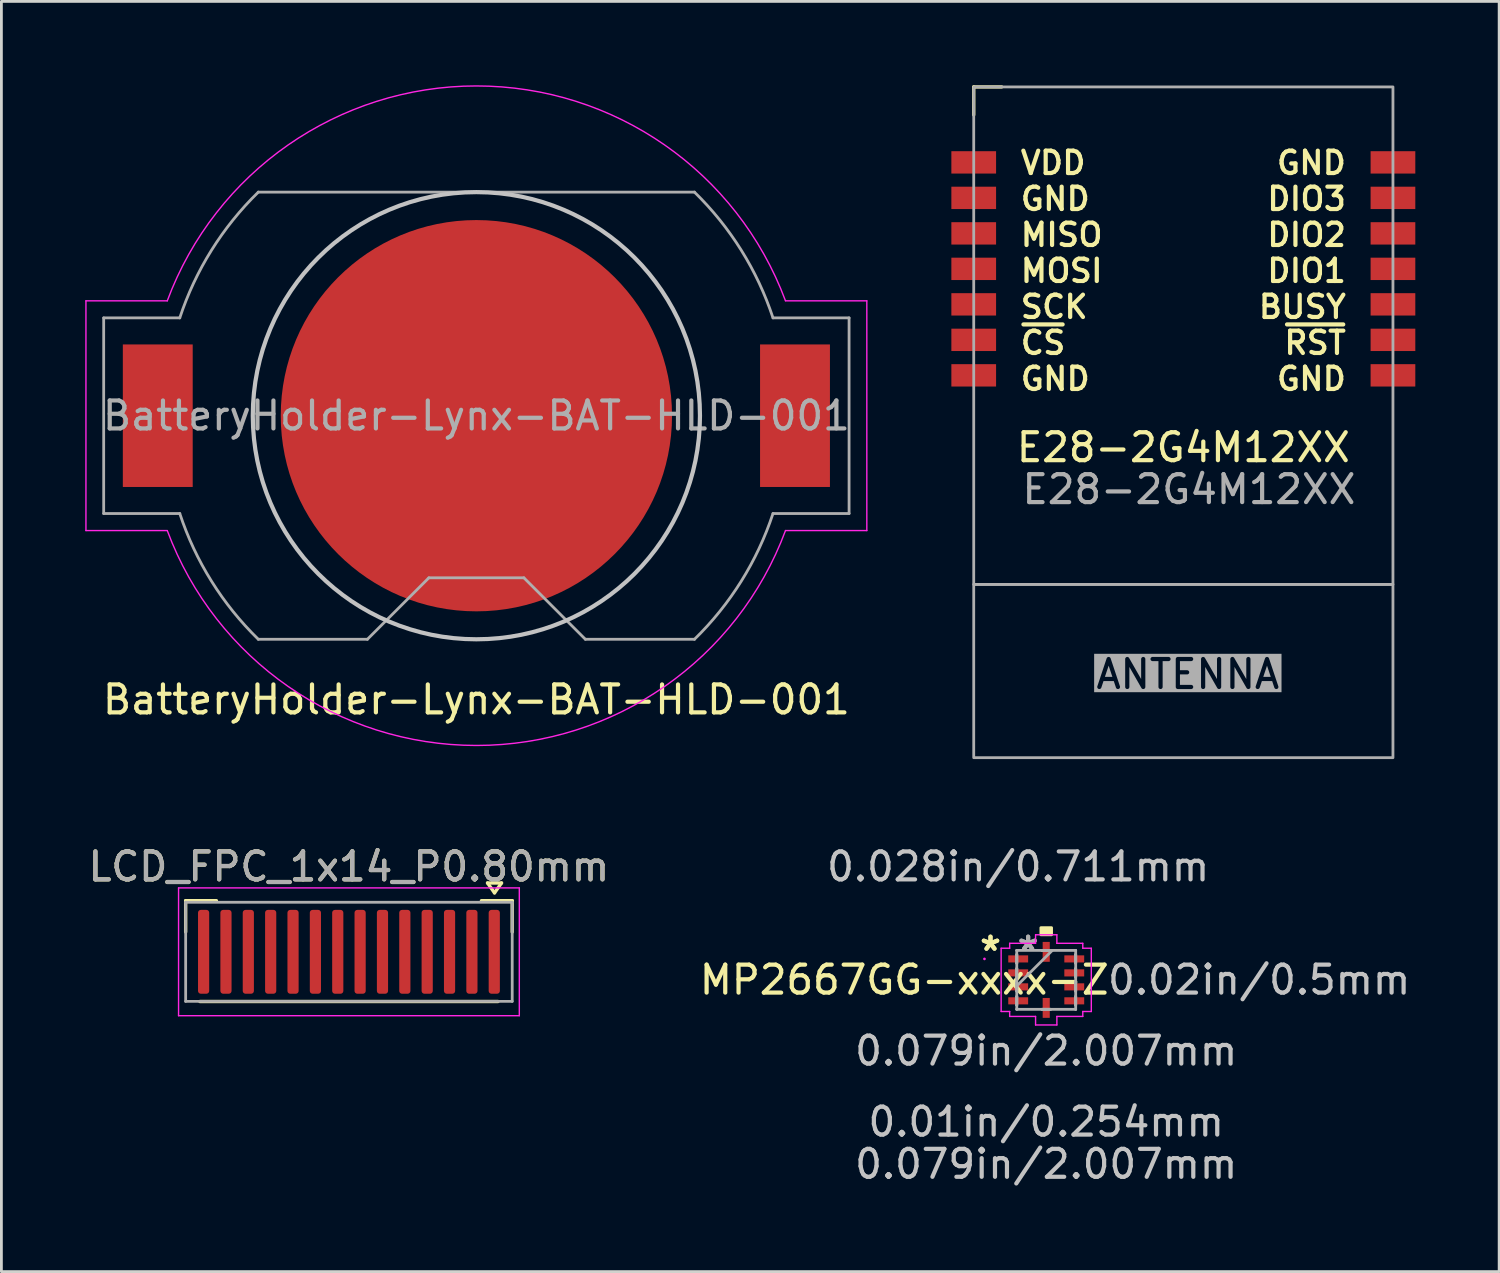
<source format=kicad_pcb>
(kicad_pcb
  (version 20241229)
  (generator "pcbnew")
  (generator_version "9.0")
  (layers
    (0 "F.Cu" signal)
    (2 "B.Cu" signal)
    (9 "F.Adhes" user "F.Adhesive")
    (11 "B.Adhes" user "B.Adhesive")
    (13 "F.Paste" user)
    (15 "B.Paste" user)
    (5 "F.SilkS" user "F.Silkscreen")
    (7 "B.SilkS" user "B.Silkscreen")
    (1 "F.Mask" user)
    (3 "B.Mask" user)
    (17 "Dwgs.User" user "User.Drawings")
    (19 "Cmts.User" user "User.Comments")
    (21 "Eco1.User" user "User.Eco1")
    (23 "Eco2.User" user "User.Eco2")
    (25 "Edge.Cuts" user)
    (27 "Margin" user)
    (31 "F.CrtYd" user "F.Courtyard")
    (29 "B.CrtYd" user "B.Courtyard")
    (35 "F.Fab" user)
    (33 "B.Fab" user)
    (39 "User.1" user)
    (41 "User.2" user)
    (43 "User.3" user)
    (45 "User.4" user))
  (footprint "LCD_FPC_1x14_P0.80mm"
    (layer "F.Cu")
    (at 9.435 30.498)
    (property "Reference" "LCD_FPC_1x14_P0.80mm" (at 0 -2.54 0) (layer "F.SilkS") (effects (font (size 1 1) (thickness 0.15))))
    (attr smd)
    (fp_line (start -5.842 -1.322) (end -4.742 -1.322) (stroke (width 0.12) (type solid)) (layer "F.SilkS"))
    (fp_line (start -5.842 -0.202) (end -5.842 -1.322) (stroke (width 0.12) (type solid)) (layer "F.SilkS"))
    (fp_line (start -5.334 2.286) (end 5.334 2.286) (stroke (width 0.12) (type solid)) (layer "F.SilkS"))
    (fp_line (start 4.959 -1.955) (end 5.209 -1.601) (stroke (width 0.12) (type solid)) (layer "F.SilkS"))
    (fp_line (start 5.209 -1.601) (end 5.459 -1.955) (stroke (width 0.12) (type solid)) (layer "F.SilkS"))
    (fp_line (start 5.459 -1.955) (end 4.959 -1.955) (stroke (width 0.12) (type solid)) (layer "F.SilkS"))
    (fp_line (start 5.842 -1.322) (end 4.742 -1.322) (stroke (width 0.12) (type solid)) (layer "F.SilkS"))
    (fp_line (start 5.842 -0.202) (end 5.842 -1.322) (stroke (width 0.12) (type solid)) (layer "F.SilkS"))
    (fp_line (start -6.096 -1.778) (end -6.096 2.794) (stroke (width 0.05) (type solid)) (layer "F.CrtYd"))
    (fp_line (start -6.096 2.794) (end 6.096 2.794) (stroke (width 0.05) (type solid)) (layer "F.CrtYd"))
    (fp_line (start 6.096 -1.778) (end -6.096 -1.778) (stroke (width 0.05) (type solid)) (layer "F.CrtYd"))
    (fp_line (start 6.096 2.794) (end 6.096 -1.778) (stroke (width 0.05) (type solid)) (layer "F.CrtYd"))
    (fp_line (start -5.842 -1.265) (end -5.842 2.281) (stroke (width 0.1) (type solid)) (layer "F.Fab"))
    (fp_line (start -5.842 -1.265) (end 5.842 -1.265) (stroke (width 0.1) (type solid)) (layer "F.Fab"))
    (fp_line (start -5.842 2.281) (end 5.842 2.281) (stroke (width 0.1) (type solid)) (layer "F.Fab"))
    (fp_line (start 5.842 -1.265) (end 5.842 2.281) (stroke (width 0.1) (type solid)) (layer "F.Fab"))
    (fp_text user "${REFERENCE}" (at 0 -2.54 0) (layer "F.Fab") (effects (font (size 1 1) (thickness 0.15))))
    (pad "1" smd roundrect (at 5.2 0.508) (size 0.4 3) (layers "F.Cu" "F.Mask" "F.Paste") (roundrect_rratio 0.25))
    (pad "2" smd roundrect (at 4.4 0.508) (size 0.4 3) (layers "F.Cu" "F.Mask" "F.Paste") (roundrect_rratio 0.25))
    (pad "3" smd roundrect (at 3.6 0.508) (size 0.4 3) (layers "F.Cu" "F.Mask" "F.Paste") (roundrect_rratio 0.25))
    (pad "4" smd roundrect (at 2.8 0.508) (size 0.4 3) (layers "F.Cu" "F.Mask" "F.Paste") (roundrect_rratio 0.25))
    (pad "5" smd roundrect (at 2 0.508) (size 0.4 3) (layers "F.Cu" "F.Mask" "F.Paste") (roundrect_rratio 0.25))
    (pad "6" smd roundrect (at 1.2 0.508) (size 0.4 3) (layers "F.Cu" "F.Mask" "F.Paste") (roundrect_rratio 0.25))
    (pad "7" smd roundrect (at 0.4 0.508) (size 0.4 3) (layers "F.Cu" "F.Mask" "F.Paste") (roundrect_rratio 0.25))
    (pad "8" smd roundrect (at -0.4 0.508) (size 0.4 3) (layers "F.Cu" "F.Mask" "F.Paste") (roundrect_rratio 0.25))
    (pad "9" smd roundrect (at -1.2 0.508) (size 0.4 3) (layers "F.Cu" "F.Mask" "F.Paste") (roundrect_rratio 0.25))
    (pad "10" smd roundrect (at -2 0.508) (size 0.4 3) (layers "F.Cu" "F.Mask" "F.Paste") (roundrect_rratio 0.25))
    (pad "11" smd roundrect (at -2.8 0.508) (size 0.4 3) (layers "F.Cu" "F.Mask" "F.Paste") (roundrect_rratio 0.25))
    (pad "12" smd roundrect (at -3.6 0.508) (size 0.4 3) (layers "F.Cu" "F.Mask" "F.Paste") (roundrect_rratio 0.25))
    (pad "13" smd roundrect (at -4.4 0.508) (size 0.4 3) (layers "F.Cu" "F.Mask" "F.Paste") (roundrect_rratio 0.25))
    (pad "14" smd roundrect (at -5.2 0.508) (size 0.4 3) (layers "F.Cu" "F.Mask" "F.Paste") (roundrect_rratio 0.25)))
  (footprint "E28-2G4M12XX"
    (layer "F.Cu")
    (at 39.29 8.96)
    (property "Reference" "E28-2G4M12XX" (at 0 4 0) (unlocked yes) (layer "F.SilkS") (effects (font (size 1 1) (thickness 0.15))))
    (attr smd)
    (fp_line (start -7.5 -8.9) (end -7.5 -7.9) (stroke (width 0.12) (type default)) (layer "F.SilkS"))
    (fp_line (start -7.5 -8.9) (end -6.5 -8.9) (stroke (width 0.12) (type default)) (layer "F.SilkS"))
    (fp_rect (start -7.5 -8.9) (end 7.5 8.9) (stroke (width 0.1) (type default)) (fill no) (layer "F.Fab"))
    (fp_rect (start -7.5 8.9) (end 7.5 15.1) (stroke (width 0.1) (type default)) (fill no) (layer "F.Fab"))
    (fp_text user "ANTENNA" (at -3.2 12.7 0) (unlocked yes) (layer "F.Fab" knockout) (effects (font (size 1 1) (thickness 0.15)) (justify left bottom)))
    (fp_text user "${REFERENCE}" (at 0.2 5.5 0) (unlocked yes) (layer "F.Fab") (effects (font (size 1 1) (thickness 0.15))))
    (fp_text_box "VDD\nGND\nMISO\nMOSI\nSCK\n~{CS}\nGND" (start -6.5 -7.25) (end -2.2 2.65) (margins 0.6 0.6 0.6 0.6) (layer "F.SilkS") (effects (font (size 0.8 0.8) (thickness 0.15)) (justify left top)) (border no) (stroke (width -0.000001) (type solid)))
    (fp_text_box "GND\nDIO3\nDIO2\nDIO1\nBUSY\n~{RST}\nGND" (start 2.1 -7.25) (end 6.5 2.65) (margins 0.6 0.6 0.6 0.6) (layer "F.SilkS") (effects (font (size 0.8 0.8) (thickness 0.15)) (justify right top)) (border no) (stroke (width -0.000001) (type solid)))
    (pad "1" smd rect (at -7.5 -6.2) (size 1.6 0.8) (layers "F.Cu" "F.Mask" "F.Paste"))
    (pad "2" smd rect (at -7.5 -4.93) (size 1.6 0.8) (layers "F.Cu" "F.Mask" "F.Paste"))
    (pad "3" smd rect (at -7.5 -3.66) (size 1.6 0.8) (layers "F.Cu" "F.Mask" "F.Paste"))
    (pad "4" smd rect (at -7.5 -2.39) (size 1.6 0.8) (layers "F.Cu" "F.Mask" "F.Paste"))
    (pad "5" smd rect (at -7.5 -1.12) (size 1.6 0.8) (layers "F.Cu" "F.Mask" "F.Paste"))
    (pad "6" smd rect (at -7.5 0.15) (size 1.6 0.8) (layers "F.Cu" "F.Mask" "F.Paste"))
    (pad "7" smd rect (at -7.5 1.42) (size 1.6 0.8) (layers "F.Cu" "F.Mask" "F.Paste"))
    (pad "8" smd rect (at 7.5 1.42 180) (size 1.6 0.8) (layers "F.Cu" "F.Mask" "F.Paste"))
    (pad "9" smd rect (at 7.5 0.15 180) (size 1.6 0.8) (layers "F.Cu" "F.Mask" "F.Paste"))
    (pad "10" smd rect (at 7.5 -1.12 180) (size 1.6 0.8) (layers "F.Cu" "F.Mask" "F.Paste"))
    (pad "11" smd rect (at 7.5 -2.39 180) (size 1.6 0.8) (layers "F.Cu" "F.Mask" "F.Paste"))
    (pad "12" smd rect (at 7.5 -3.66 180) (size 1.6 0.8) (layers "F.Cu" "F.Mask" "F.Paste"))
    (pad "13" smd rect (at 7.5 -4.93 180) (size 1.6 0.8) (layers "F.Cu" "F.Mask" "F.Paste"))
    (pad "14" smd rect (at 7.5 -6.2 180) (size 1.6 0.8) (layers "F.Cu" "F.Mask" "F.Paste"))
    (zone (net_name "") (layers "F.Cu" "B.Cu" "F.Fab") (name "ANTENNA") (hatch edge 0.5) (connect_pads) (min_thickness 0.25) (filled_areas_thickness no) (keepout (tracks not_allowed) (vias not_allowed) (pads not_allowed) (copperpour not_allowed) (footprints not_allowed)) (placement (enabled no)) (fill) (polygon (pts (xy 31.79 17.86) (xy 46.79 17.86) (xy 46.79 24.06) (xy 31.79 24.06)))))
  (footprint "BatteryHolder-Lynx-BAT-HLD-001"
    (layer "F.Cu")
    (at 13.995 11.824)
    (property "Reference" "BatteryHolder-Lynx-BAT-HLD-001" (at 0 10.16 0) (layer "F.SilkS") (effects (font (size 1 1) (thickness 0.15))))
    (attr smd)
    (fp_circle (center 0 0) (end 8 0) (stroke (width 0.15) (type solid)) (fill no) (layer "Dwgs.User"))
    (fp_line (start -13.97 -4.11) (end -13.97 4.11) (stroke (width 0.05) (type solid)) (layer "F.CrtYd"))
    (fp_line (start -13.97 -4.11) (end -11.06 -4.11) (stroke (width 0.05) (type solid)) (layer "F.CrtYd"))
    (fp_line (start -13.97 4.11) (end -11.06 4.11) (stroke (width 0.05) (type solid)) (layer "F.CrtYd"))
    (fp_line (start 11.06 4.11) (end 13.97 4.11) (stroke (width 0.05) (type solid)) (layer "F.CrtYd"))
    (fp_line (start 13.97 -4.11) (end 11.06 -4.11) (stroke (width 0.05) (type solid)) (layer "F.CrtYd"))
    (fp_line (start 13.97 4.11) (end 13.97 -4.11) (stroke (width 0.05) (type solid)) (layer "F.CrtYd"))
    (fp_arc (start -11.06 -4.11) (mid -0.002978 -11.79897) (end 11.057924 -4.115582) (stroke (width 0.05) (type solid)) (layer "F.CrtYd"))
    (fp_arc (start 11.06 4.11) (mid 0.002978 11.79897) (end -11.057924 4.115582) (stroke (width 0.05) (type solid)) (layer "F.CrtYd"))
    (fp_line (start -13.335 -3.5) (end -13.335 3.5) (stroke (width 0.1) (type solid)) (layer "F.Fab"))
    (fp_line (start -13.335 -3.5) (end -10.613 -3.5) (stroke (width 0.1) (type solid)) (layer "F.Fab"))
    (fp_line (start -13.335 3.5) (end -10.613 3.5) (stroke (width 0.1) (type solid)) (layer "F.Fab"))
    (fp_line (start -7.803 -8) (end 7.803 -8) (stroke (width 0.1) (type solid)) (layer "F.Fab"))
    (fp_line (start -3.9 8) (end -7.803 8) (stroke (width 0.1) (type solid)) (layer "F.Fab"))
    (fp_line (start -1.7 5.8) (end -3.9 8) (stroke (width 0.1) (type solid)) (layer "F.Fab"))
    (fp_line (start -1.7 5.8) (end 1.7 5.8) (stroke (width 0.1) (type solid)) (layer "F.Fab"))
    (fp_line (start 1.7 5.8) (end 3.9 8) (stroke (width 0.1) (type solid)) (layer "F.Fab"))
    (fp_line (start 3.9 8) (end 7.803 8) (stroke (width 0.1) (type solid)) (layer "F.Fab"))
    (fp_line (start 10.613 -3.5) (end 13.335 -3.5) (stroke (width 0.1) (type solid)) (layer "F.Fab"))
    (fp_line (start 13.335 -3.5) (end 13.335 3.5) (stroke (width 0.1) (type solid)) (layer "F.Fab"))
    (fp_line (start 13.335 3.5) (end 10.613 3.5) (stroke (width 0.1) (type solid)) (layer "F.Fab"))
    (fp_arc (start -10.61275 -3.5) (mid -9.478596 -5.919179) (end -7.802602 -7.999992) (stroke (width 0.1) (type solid)) (layer "F.Fab"))
    (fp_arc (start -7.802602 7.999992) (mid -9.478596 5.91918) (end -10.61275 3.5) (stroke (width 0.1) (type solid)) (layer "F.Fab"))
    (fp_arc (start 7.802602 -7.999992) (mid 9.478596 -5.91918) (end 10.61275 -3.5) (stroke (width 0.1) (type solid)) (layer "F.Fab"))
    (fp_arc (start 10.61275 3.5) (mid 9.478596 5.919179) (end 7.802602 7.999992) (stroke (width 0.1) (type solid)) (layer "F.Fab"))
    (fp_text user "${REFERENCE}" (at 0 0 0) (layer "F.Fab") (effects (font (size 1 1) (thickness 0.15))))
    (pad "1" smd rect (at -11.4 0) (size 2.5 5.1) (layers "F.Cu" "F.Mask" "F.Paste"))
    (pad "1" smd rect (at 11.4 0) (size 2.5 5.1) (layers "F.Cu" "F.Mask" "F.Paste"))
    (pad "2" smd circle (at 0 0) (size 14 14) (layers "F.Cu" "F.Mask")))
  (footprint "MP2667GG-xxxx-Z"
    (layer "F.Cu")
    (at 34.384 32.01)
    (property "Reference" "MP2667GG-xxxx-Z" (at -5.08 0 0) (layer "F.SilkS") (effects (font (size 1 1) (thickness 0.15))))
    (attr smd)
    (fp_poly (pts (xy -0.191 -1.613) (xy -0.191 -1.867) (xy 0.191 -1.867) (xy 0.191 -1.613)) (stroke (width 0.1) (type solid)) (fill yes) (layer "F.SilkS"))
    (fp_line (start -1.613 -1.131) (end -1.308 -1.131) (stroke (width 0.05) (type solid)) (layer "F.CrtYd"))
    (fp_line (start -1.613 1.131) (end -1.613 -1.131) (stroke (width 0.05) (type solid)) (layer "F.CrtYd"))
    (fp_line (start -1.308 -1.308) (end -0.381 -1.308) (stroke (width 0.05) (type solid)) (layer "F.CrtYd"))
    (fp_line (start -1.308 -1.131) (end -1.308 -1.308) (stroke (width 0.05) (type solid)) (layer "F.CrtYd"))
    (fp_line (start -1.308 1.131) (end -1.613 1.131) (stroke (width 0.05) (type solid)) (layer "F.CrtYd"))
    (fp_line (start -1.308 1.308) (end -1.308 1.131) (stroke (width 0.05) (type solid)) (layer "F.CrtYd"))
    (fp_line (start -0.381 -1.613) (end 0.381 -1.613) (stroke (width 0.05) (type solid)) (layer "F.CrtYd"))
    (fp_line (start -0.381 -1.308) (end -0.381 -1.613) (stroke (width 0.05) (type solid)) (layer "F.CrtYd"))
    (fp_line (start -0.381 1.308) (end -1.308 1.308) (stroke (width 0.05) (type solid)) (layer "F.CrtYd"))
    (fp_line (start -0.381 1.613) (end -0.381 1.308) (stroke (width 0.05) (type solid)) (layer "F.CrtYd"))
    (fp_line (start 0.381 -1.613) (end 0.381 -1.308) (stroke (width 0.05) (type solid)) (layer "F.CrtYd"))
    (fp_line (start 0.381 -1.308) (end 1.308 -1.308) (stroke (width 0.05) (type solid)) (layer "F.CrtYd"))
    (fp_line (start 0.381 1.308) (end 0.381 1.613) (stroke (width 0.05) (type solid)) (layer "F.CrtYd"))
    (fp_line (start 0.381 1.613) (end -0.381 1.613) (stroke (width 0.05) (type solid)) (layer "F.CrtYd"))
    (fp_line (start 1.308 -1.308) (end 1.308 -1.131) (stroke (width 0.05) (type solid)) (layer "F.CrtYd"))
    (fp_line (start 1.308 -1.131) (end 1.613 -1.131) (stroke (width 0.05) (type solid)) (layer "F.CrtYd"))
    (fp_line (start 1.308 1.131) (end 1.308 1.308) (stroke (width 0.05) (type solid)) (layer "F.CrtYd"))
    (fp_line (start 1.308 1.308) (end 0.381 1.308) (stroke (width 0.05) (type solid)) (layer "F.CrtYd"))
    (fp_line (start 1.613 -1.131) (end 1.613 1.131) (stroke (width 0.05) (type solid)) (layer "F.CrtYd"))
    (fp_line (start 1.613 1.131) (end 1.308 1.131) (stroke (width 0.05) (type solid)) (layer "F.CrtYd"))
    (fp_circle (center -2.21 -0.75) (end -2.21 -0.75) (stroke (width 0.05) (type solid)) (fill no) (layer "F.CrtYd"))
    (fp_line (start -1.054 -1.054) (end -1.054 -1.054) (stroke (width 0.1) (type solid)) (layer "F.Fab"))
    (fp_line (start -1.054 -1.054) (end -1.054 1.054) (stroke (width 0.1) (type solid)) (layer "F.Fab"))
    (fp_line (start -1.054 -0.902) (end -1.054 -0.902) (stroke (width 0.1) (type solid)) (layer "F.Fab"))
    (fp_line (start -1.054 -0.902) (end -1.054 -0.598) (stroke (width 0.1) (type solid)) (layer "F.Fab"))
    (fp_line (start -1.054 -0.598) (end -1.054 -0.902) (stroke (width 0.1) (type solid)) (layer "F.Fab"))
    (fp_line (start -1.054 -0.598) (end -1.054 -0.598) (stroke (width 0.1) (type solid)) (layer "F.Fab"))
    (fp_line (start -1.054 -0.402) (end -1.054 -0.402) (stroke (width 0.1) (type solid)) (layer "F.Fab"))
    (fp_line (start -1.054 -0.402) (end -1.054 -0.098) (stroke (width 0.1) (type solid)) (layer "F.Fab"))
    (fp_line (start -1.054 -0.098) (end -1.054 -0.402) (stroke (width 0.1) (type solid)) (layer "F.Fab"))
    (fp_line (start -1.054 -0.098) (end -1.054 -0.098) (stroke (width 0.1) (type solid)) (layer "F.Fab"))
    (fp_line (start -1.054 0.098) (end -1.054 0.098) (stroke (width 0.1) (type solid)) (layer "F.Fab"))
    (fp_line (start -1.054 0.098) (end -1.054 0.402) (stroke (width 0.1) (type solid)) (layer "F.Fab"))
    (fp_line (start -1.054 0.216) (end 0.216 -1.054) (stroke (width 0.1) (type solid)) (layer "F.Fab"))
    (fp_line (start -1.054 0.402) (end -1.054 0.098) (stroke (width 0.1) (type solid)) (layer "F.Fab"))
    (fp_line (start -1.054 0.402) (end -1.054 0.402) (stroke (width 0.1) (type solid)) (layer "F.Fab"))
    (fp_line (start -1.054 0.598) (end -1.054 0.598) (stroke (width 0.1) (type solid)) (layer "F.Fab"))
    (fp_line (start -1.054 0.598) (end -1.054 0.902) (stroke (width 0.1) (type solid)) (layer "F.Fab"))
    (fp_line (start -1.054 0.902) (end -1.054 0.598) (stroke (width 0.1) (type solid)) (layer "F.Fab"))
    (fp_line (start -1.054 0.902) (end -1.054 0.902) (stroke (width 0.1) (type solid)) (layer "F.Fab"))
    (fp_line (start -1.054 1.054) (end -1.054 1.054) (stroke (width 0.1) (type solid)) (layer "F.Fab"))
    (fp_line (start -1.054 1.054) (end 1.054 1.054) (stroke (width 0.1) (type solid)) (layer "F.Fab"))
    (fp_line (start -0.152 -1.054) (end -0.152 -1.054) (stroke (width 0.1) (type solid)) (layer "F.Fab"))
    (fp_line (start -0.152 -1.054) (end 0.152 -1.054) (stroke (width 0.1) (type solid)) (layer "F.Fab"))
    (fp_line (start -0.152 1.054) (end -0.152 1.054) (stroke (width 0.1) (type solid)) (layer "F.Fab"))
    (fp_line (start -0.152 1.054) (end 0.152 1.054) (stroke (width 0.1) (type solid)) (layer "F.Fab"))
    (fp_line (start 0.152 -1.054) (end -0.152 -1.054) (stroke (width 0.1) (type solid)) (layer "F.Fab"))
    (fp_line (start 0.152 -1.054) (end 0.152 -1.054) (stroke (width 0.1) (type solid)) (layer "F.Fab"))
    (fp_line (start 0.152 1.054) (end -0.152 1.054) (stroke (width 0.1) (type solid)) (layer "F.Fab"))
    (fp_line (start 0.152 1.054) (end 0.152 1.054) (stroke (width 0.1) (type solid)) (layer "F.Fab"))
    (fp_line (start 1.054 -1.054) (end -1.054 -1.054) (stroke (width 0.1) (type solid)) (layer "F.Fab"))
    (fp_line (start 1.054 -1.054) (end 1.054 -1.054) (stroke (width 0.1) (type solid)) (layer "F.Fab"))
    (fp_line (start 1.054 -0.902) (end 1.054 -0.902) (stroke (width 0.1) (type solid)) (layer "F.Fab"))
    (fp_line (start 1.054 -0.902) (end 1.054 -0.598) (stroke (width 0.1) (type solid)) (layer "F.Fab"))
    (fp_line (start 1.054 -0.598) (end 1.054 -0.902) (stroke (width 0.1) (type solid)) (layer "F.Fab"))
    (fp_line (start 1.054 -0.598) (end 1.054 -0.598) (stroke (width 0.1) (type solid)) (layer "F.Fab"))
    (fp_line (start 1.054 -0.402) (end 1.054 -0.402) (stroke (width 0.1) (type solid)) (layer "F.Fab"))
    (fp_line (start 1.054 -0.402) (end 1.054 -0.098) (stroke (width 0.1) (type solid)) (layer "F.Fab"))
    (fp_line (start 1.054 -0.098) (end 1.054 -0.402) (stroke (width 0.1) (type solid)) (layer "F.Fab"))
    (fp_line (start 1.054 -0.098) (end 1.054 -0.098) (stroke (width 0.1) (type solid)) (layer "F.Fab"))
    (fp_line (start 1.054 0.098) (end 1.054 0.098) (stroke (width 0.1) (type solid)) (layer "F.Fab"))
    (fp_line (start 1.054 0.098) (end 1.054 0.402) (stroke (width 0.1) (type solid)) (layer "F.Fab"))
    (fp_line (start 1.054 0.402) (end 1.054 0.098) (stroke (width 0.1) (type solid)) (layer "F.Fab"))
    (fp_line (start 1.054 0.402) (end 1.054 0.402) (stroke (width 0.1) (type solid)) (layer "F.Fab"))
    (fp_line (start 1.054 0.598) (end 1.054 0.598) (stroke (width 0.1) (type solid)) (layer "F.Fab"))
    (fp_line (start 1.054 0.598) (end 1.054 0.902) (stroke (width 0.1) (type solid)) (layer "F.Fab"))
    (fp_line (start 1.054 0.902) (end 1.054 0.598) (stroke (width 0.1) (type solid)) (layer "F.Fab"))
    (fp_line (start 1.054 0.902) (end 1.054 0.902) (stroke (width 0.1) (type solid)) (layer "F.Fab"))
    (fp_line (start 1.054 1.054) (end 1.054 -1.054) (stroke (width 0.1) (type solid)) (layer "F.Fab"))
    (fp_line (start 1.054 1.054) (end 1.054 1.054) (stroke (width 0.1) (type solid)) (layer "F.Fab"))
    (fp_text user "*" (at -1.994 -1 0) (layer "F.SilkS") (effects (font (size 1 1) (thickness 0.15))))
    (fp_text user "*" (at -1.994 -1 0) (layer "F.SilkS") (effects (font (size 1 1) (thickness 0.15))))
    (fp_text user "0.079in/2.007mm" (at 0 2.54 0) (layer "Dwgs.User") (effects (font (size 1 1) (thickness 0.15))))
    (fp_text user "0.01in/0.254mm" (at 0 5.08 0) (layer "Dwgs.User") (effects (font (size 1 1) (thickness 0.15))))
    (fp_text user "0.079in/2.007mm" (at 0 6.591 0) (layer "Dwgs.User") (effects (font (size 1 1) (thickness 0.15))))
    (fp_text user "0.028in/0.711mm" (at -1.003 -4.051 0) (layer "Dwgs.User") (effects (font (size 1 1) (thickness 0.15))))
    (fp_text user "0.02in/0.5mm" (at 7.62 0 0) (layer "Dwgs.User") (effects (font (size 1 1) (thickness 0.15))))
    (fp_text user "*" (at -0.648 -1 0) (layer "F.Fab") (effects (font (size 1 1) (thickness 0.15))))
    (fp_text user "*" (at -0.648 -1 0) (layer "F.Fab") (effects (font (size 1 1) (thickness 0.15))))
    (pad "1" smd rect (at -1.003 -0.75 90) (size 0.254 0.711) (layers "F.Cu" "F.Mask" "F.Paste"))
    (pad "2" smd rect (at -1.003 -0.25 90) (size 0.254 0.711) (layers "F.Cu" "F.Mask" "F.Paste"))
    (pad "3" smd rect (at -1.003 0.25 90) (size 0.254 0.711) (layers "F.Cu" "F.Mask" "F.Paste"))
    (pad "4" smd rect (at -1.003 0.75 90) (size 0.254 0.711) (layers "F.Cu" "F.Mask" "F.Paste"))
    (pad "5" smd rect (at 0 1.003) (size 0.254 0.711) (layers "F.Cu" "F.Mask" "F.Paste"))
    (pad "6" smd rect (at 1.003 0.75 90) (size 0.254 0.711) (layers "F.Cu" "F.Mask" "F.Paste"))
    (pad "7" smd rect (at 1.003 0.25 90) (size 0.254 0.711) (layers "F.Cu" "F.Mask" "F.Paste"))
    (pad "8" smd rect (at 1.003 -0.25 90) (size 0.254 0.711) (layers "F.Cu" "F.Mask" "F.Paste"))
    (pad "9" smd rect (at 1.003 -0.75 90) (size 0.254 0.711) (layers "F.Cu" "F.Mask" "F.Paste"))
    (pad "10" smd rect (at 0 -1.003) (size 0.254 0.711) (layers "F.Cu" "F.Mask" "F.Paste")))
  (gr_rect
    (start -3 -3)
    (end 50.59 42.449)
    (stroke (width 0.1) (type default))
    (fill no)
    (layer "Edge.Cuts")))
</source>
